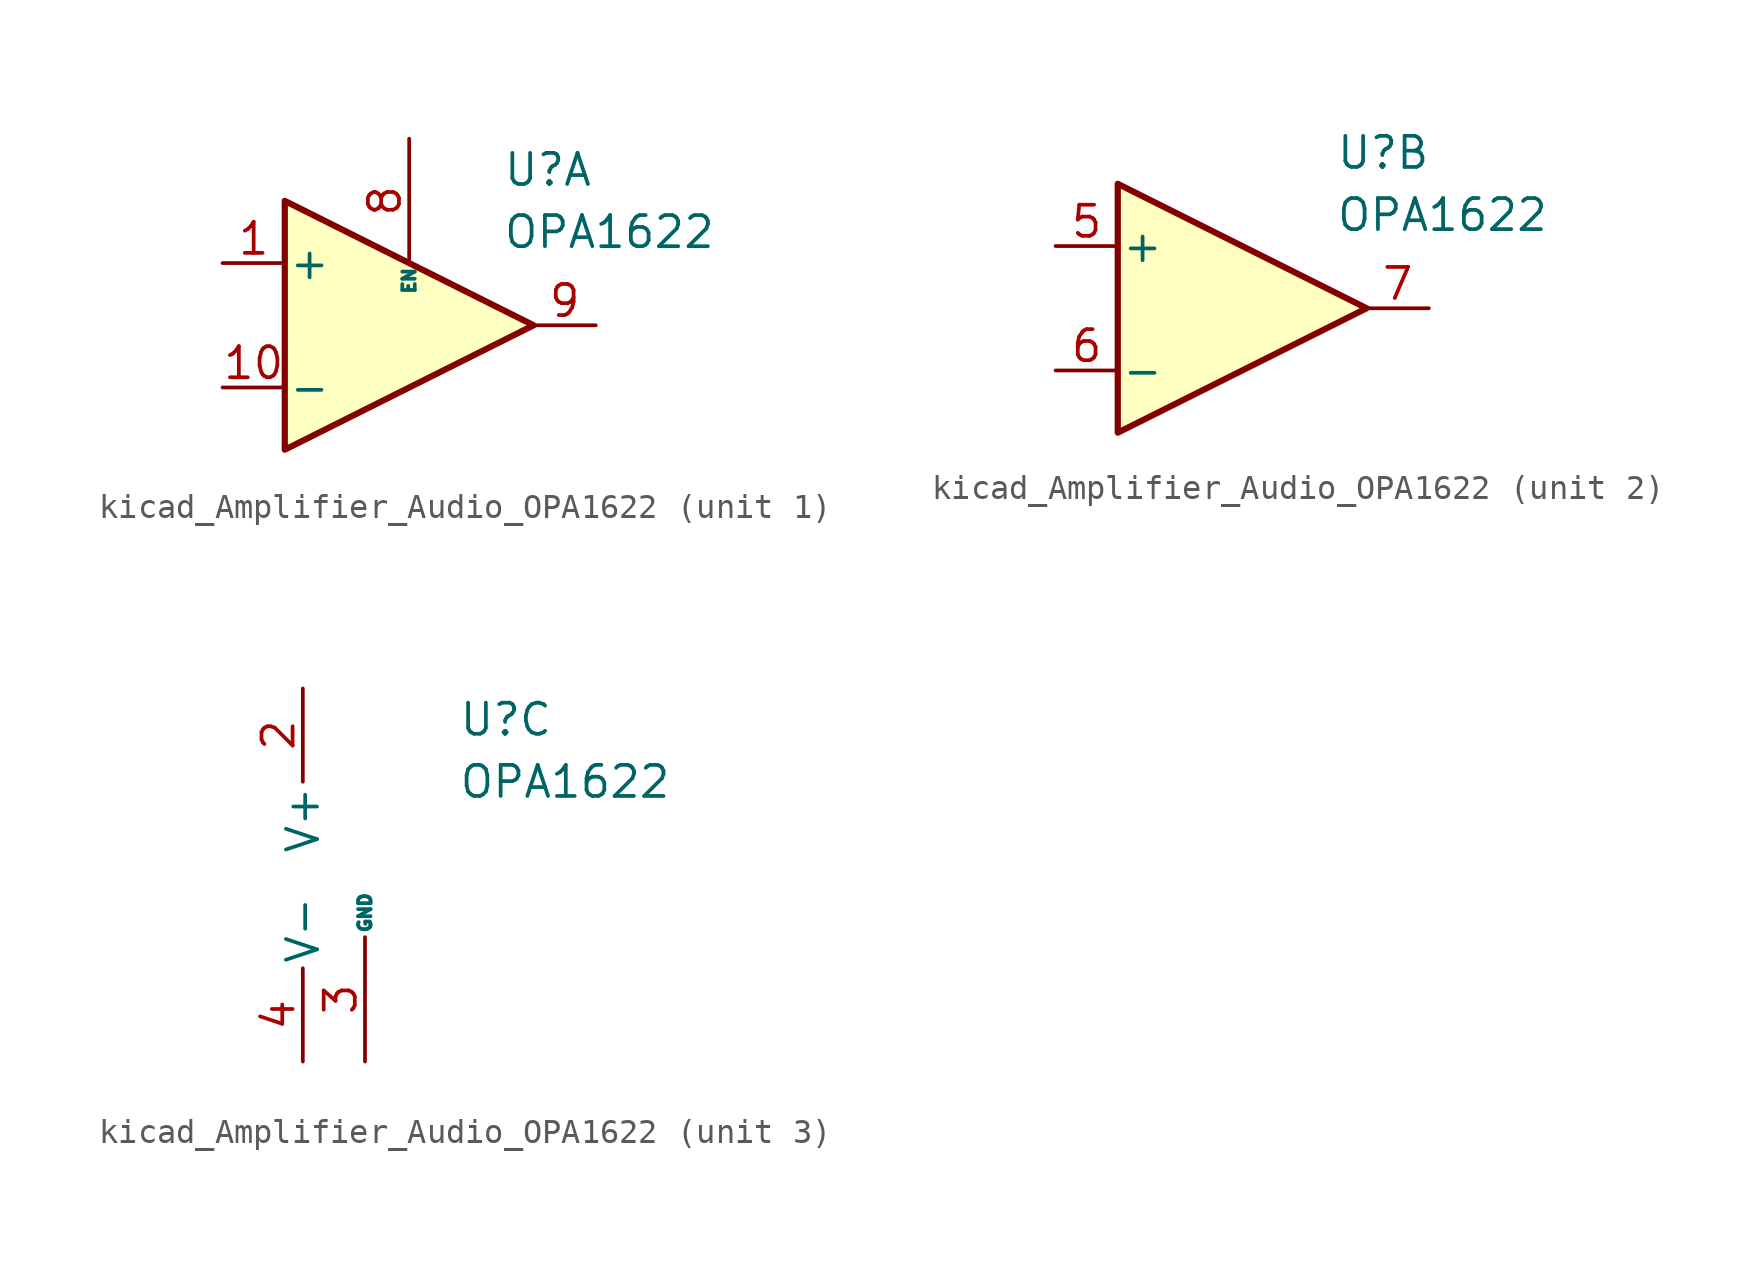
<source format=kicad_sym>
(kicad_symbol_lib
  (version 20220914)
  (generator kicad_symbol_editor)
  (symbol "kicad_Amplifier_Audio_OPA1622"
    (pin_names
      (offset 0.127))
    (property "Reference" "U"
      (at 3.81 6.35 0)
      (effects (font (size 1.27 1.27)) (justify left)))
    (property "Value" "OPA1622"
      (at 3.81 3.81 0)
      (effects (font (size 1.27 1.27)) (justify left)))
    (property "ki_locked" ""
      (at 0 0 0)
      (effects (font (size 1.27 1.27))))
    (symbol "kicad_Amplifier_Audio_OPA1622_1_1"
      (polyline (pts (xy -5.08 5.08) (xy 5.08 0) (xy -5.08 -5.08) (xy -5.08 5.08) (xy -5.08 5.08)) (stroke (width 0.254) (type default)) (fill (type background)))
      (pin input line (at -7.62 2.54 0) (length 2.54) (name "+" (effects (font (size 1.27 1.27)))) (number "1" (effects (font (size 1.27 1.27)))))
      (pin input line (at -7.62 -2.54 0) (length 2.54) (name "-" (effects (font (size 1.27 1.27)))) (number "10" (effects (font (size 1.27 1.27)))))
      (pin input line (at 0 7.62 270) (length 5.08) (name "EN" (effects (font (size 0.508 0.508)))) (number "8" (effects (font (size 1.27 1.27)))))
      (pin output line (at 7.62 0 180) (length 2.54) (name "~" (effects (font (size 1.27 1.27)))) (number "9" (effects (font (size 1.27 1.27))))))
    (symbol "kicad_Amplifier_Audio_OPA1622_2_1"
      (polyline (pts (xy -5.08 5.08) (xy 5.08 0) (xy -5.08 -5.08) (xy -5.08 5.08) (xy -5.08 5.08)) (stroke (width 0.254) (type default)) (fill (type background)))
      (pin input line (at -7.62 2.54 0) (length 2.54) (name "+" (effects (font (size 1.27 1.27)))) (number "5" (effects (font (size 1.27 1.27)))))
      (pin input line (at -7.62 -2.54 0) (length 2.54) (name "-" (effects (font (size 1.27 1.27)))) (number "6" (effects (font (size 1.27 1.27)))))
      (pin output line (at 7.62 0 180) (length 2.54) (name "~" (effects (font (size 1.27 1.27)))) (number "7" (effects (font (size 1.27 1.27))))))
    (symbol "kicad_Amplifier_Audio_OPA1622_3_1"
      (pin passive line (at -2.54 -7.62 90) (length 3.81) hide (name "V-" (effects (font (size 1.27 1.27)))) (number "11" (effects (font (size 1.27 1.27)))))
      (pin power_in line (at -2.54 7.62 270) (length 3.81) (name "V+" (effects (font (size 1.27 1.27)))) (number "2" (effects (font (size 1.27 1.27)))))
      (pin power_in line (at 0 -7.62 90) (length 5.08) (name "GND" (effects (font (size 0.508 0.508)))) (number "3" (effects (font (size 1.27 1.27)))))
      (pin power_in line (at -2.54 -7.62 90) (length 3.81) (name "V-" (effects (font (size 1.27 1.27)))) (number "4" (effects (font (size 1.27 1.27))))))))
</source>
